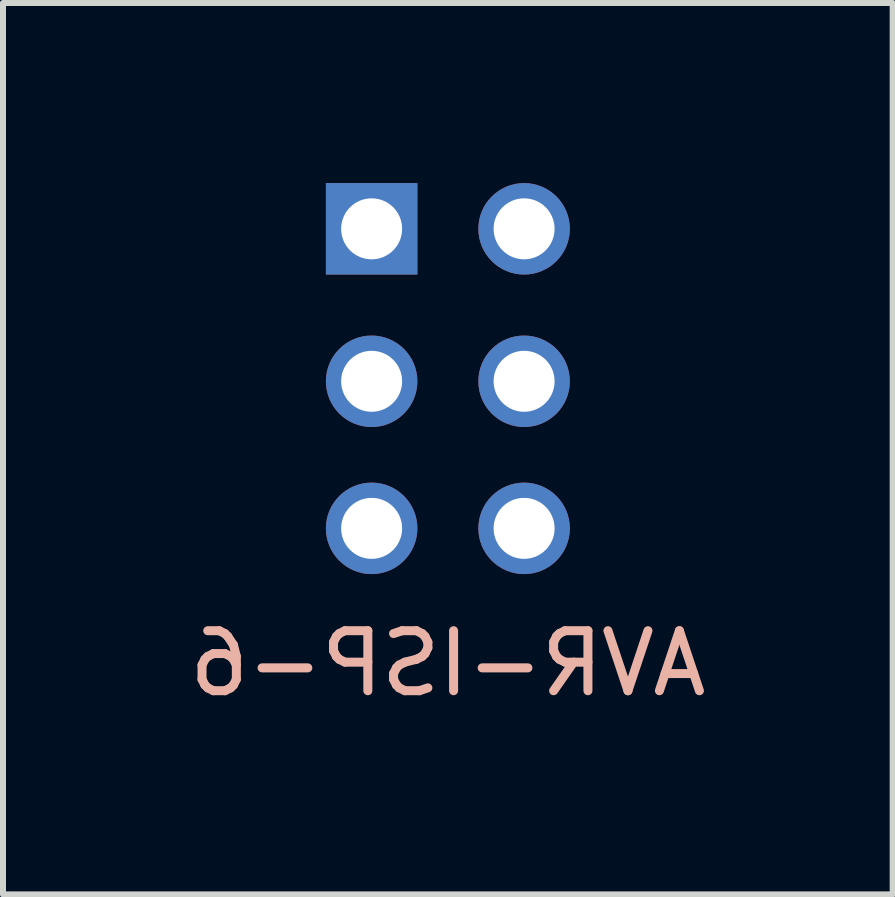
<source format=kicad_pcb>
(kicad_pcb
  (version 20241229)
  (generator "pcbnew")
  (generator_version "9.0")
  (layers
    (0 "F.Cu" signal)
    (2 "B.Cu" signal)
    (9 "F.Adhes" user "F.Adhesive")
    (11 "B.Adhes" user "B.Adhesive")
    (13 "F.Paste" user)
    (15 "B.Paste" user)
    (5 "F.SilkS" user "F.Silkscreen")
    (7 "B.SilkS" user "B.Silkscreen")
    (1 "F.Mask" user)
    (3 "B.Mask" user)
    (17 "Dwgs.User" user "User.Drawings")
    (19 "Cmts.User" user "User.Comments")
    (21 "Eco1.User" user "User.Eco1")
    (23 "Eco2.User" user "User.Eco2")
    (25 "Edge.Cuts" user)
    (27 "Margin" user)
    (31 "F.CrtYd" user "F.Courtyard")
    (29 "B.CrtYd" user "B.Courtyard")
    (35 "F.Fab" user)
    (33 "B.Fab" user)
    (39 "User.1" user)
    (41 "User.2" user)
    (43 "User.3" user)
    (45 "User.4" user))
  (footprint "AVR-ISP-6"
    (layer "F.Cu")
    (at 4.411 3.302)
    (property "Reference" "AVR-ISP-6" (at 0 4.7 0) (layer "B.SilkS") (effects (font (size 1 1) (thickness 0.15)) (justify mirror)))
    (attr exclude_from_pos_files exclude_from_bom)
    (pad "1" thru_hole rect (at -1.27 -2.54) (size 1.524 1.524) (drill 1.016) (layers "*.Cu" "*.Mask"))
    (pad "2" thru_hole circle (at 1.27 -2.54 90) (size 1.524 1.524) (drill 1.016) (layers "*.Cu" "*.Mask"))
    (pad "3" thru_hole circle (at -1.27 0) (size 1.524 1.524) (drill 1.016) (layers "*.Cu" "*.Mask"))
    (pad "4" thru_hole circle (at 1.27 0 90) (size 1.524 1.524) (drill 1.016) (layers "*.Cu" "*.Mask"))
    (pad "5" thru_hole circle (at -1.27 2.45 90) (size 1.524 1.524) (drill 1.016) (layers "*.Cu" "*.Mask"))
    (pad "6" thru_hole circle (at 1.27 2.45 90) (size 1.524 1.524) (drill 1.016) (layers "*.Cu" "*.Mask")))
  (gr_rect
    (start -3 -3)
    (end 11.821 11.85)
    (stroke (width 0.1) (type default))
    (fill no)
    (layer "Edge.Cuts")))
</source>
